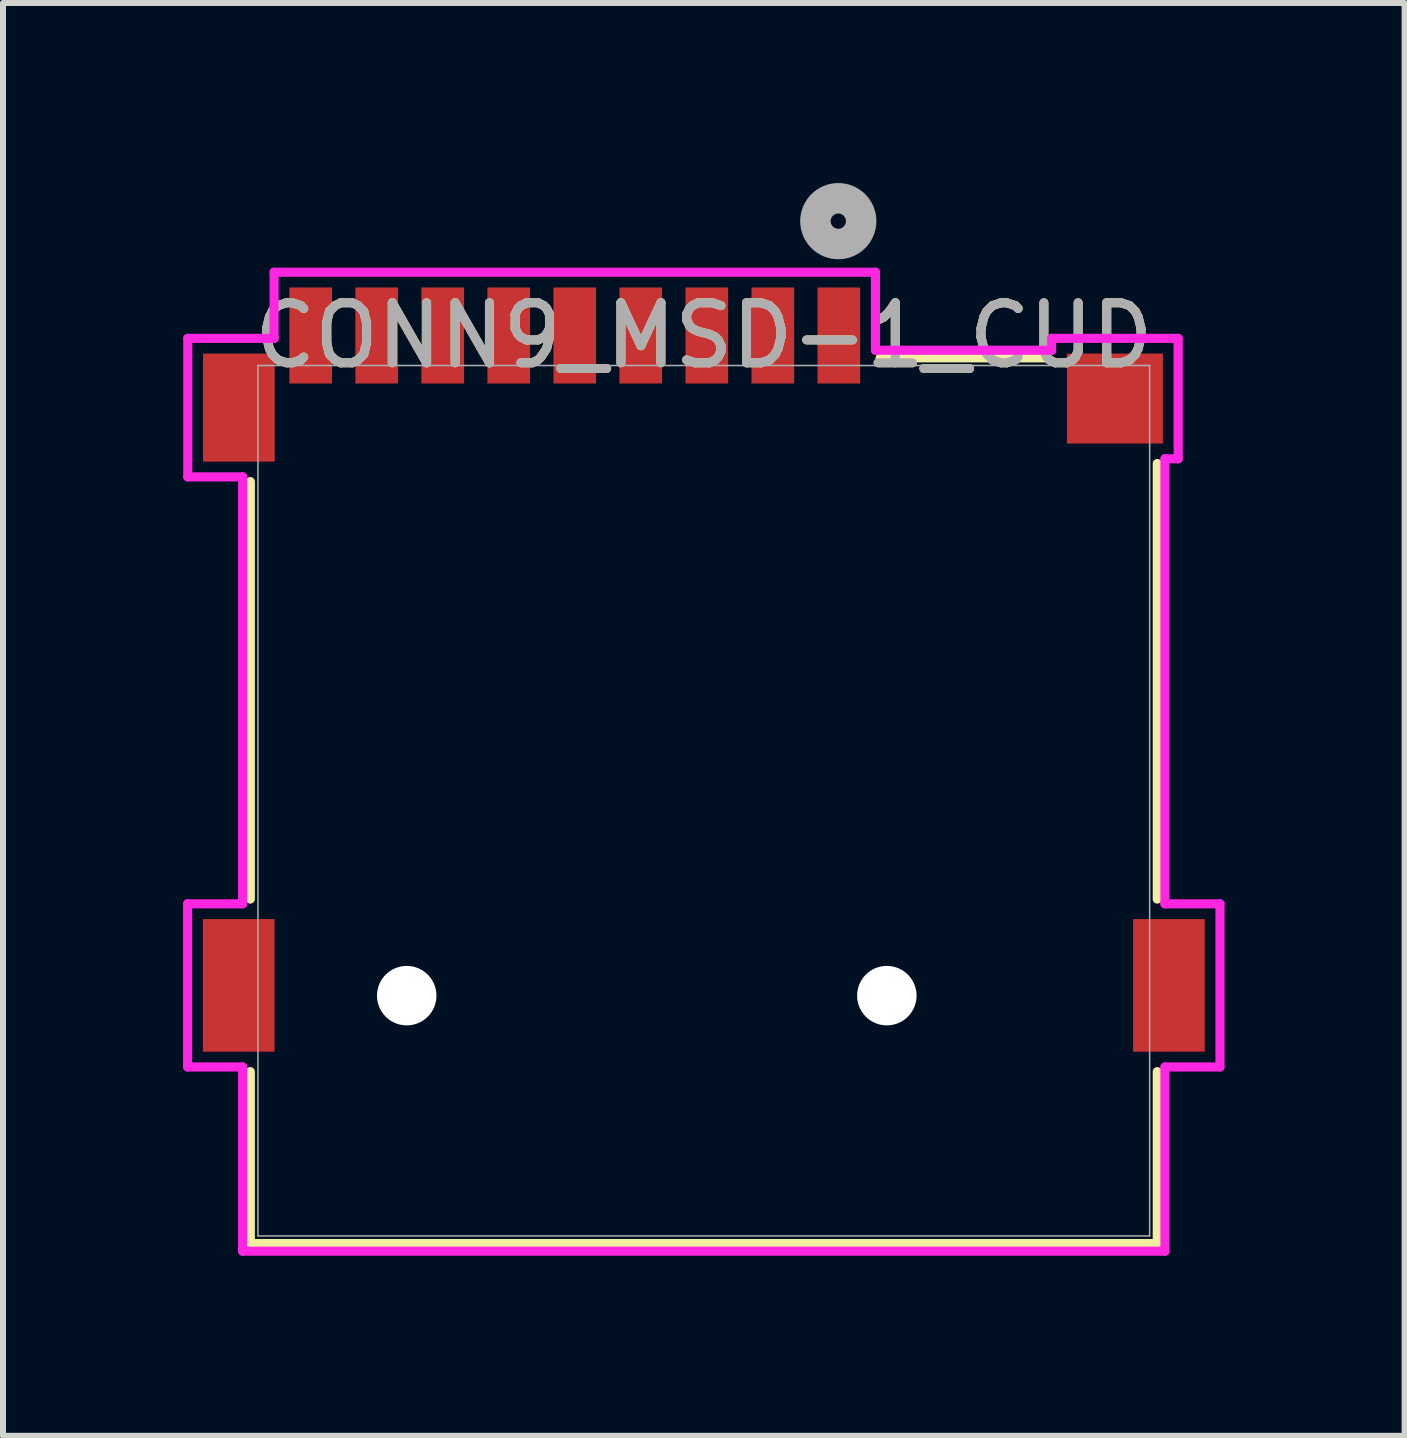
<source format=kicad_pcb>
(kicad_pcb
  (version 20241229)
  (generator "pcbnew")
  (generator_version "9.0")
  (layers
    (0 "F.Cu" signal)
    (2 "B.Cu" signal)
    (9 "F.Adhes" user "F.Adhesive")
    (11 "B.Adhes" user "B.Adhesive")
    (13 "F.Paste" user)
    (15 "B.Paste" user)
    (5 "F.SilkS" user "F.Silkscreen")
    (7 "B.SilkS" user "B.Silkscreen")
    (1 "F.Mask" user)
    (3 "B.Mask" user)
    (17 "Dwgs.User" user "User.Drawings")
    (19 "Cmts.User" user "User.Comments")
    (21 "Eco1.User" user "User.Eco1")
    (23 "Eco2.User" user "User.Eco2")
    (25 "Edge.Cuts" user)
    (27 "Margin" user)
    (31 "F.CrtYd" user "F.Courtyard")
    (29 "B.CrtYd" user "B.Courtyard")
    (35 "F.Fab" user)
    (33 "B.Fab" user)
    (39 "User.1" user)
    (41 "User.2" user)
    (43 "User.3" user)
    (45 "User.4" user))
  (footprint "CONN9_MSD-1_CUD"
    (layer "F.Cu")
    (at 8.677 10.292)
    (property "Reference" "CONN9_MSD-1_CUD" (at 0 -7.752 0) (unlocked yes) (layer "F.SilkS") (effects (font (size 1 1) (thickness 0.15))))
    (attr smd)
    (fp_line (start -7.556 1.639) (end -7.556 -5.318) (stroke (width 0.152) (type solid)) (layer "F.SilkS"))
    (fp_line (start -7.556 7.379) (end -7.556 4.514) (stroke (width 0.152) (type solid)) (layer "F.SilkS"))
    (fp_line (start 2.938 -7.379) (end 5.717 -7.379) (stroke (width 0.152) (type solid)) (layer "F.SilkS"))
    (fp_line (start 7.556 -5.619) (end 7.556 1.639) (stroke (width 0.152) (type solid)) (layer "F.SilkS"))
    (fp_line (start 7.556 4.514) (end 7.556 7.379) (stroke (width 0.152) (type solid)) (layer "F.SilkS"))
    (fp_line (start 7.556 7.379) (end -7.556 7.379) (stroke (width 0.152) (type solid)) (layer "F.SilkS"))
    (fp_line (start -8.601 1.718) (end -8.601 4.436) (stroke (width 0.152) (type solid)) (layer "F.CrtYd"))
    (fp_line (start -8.601 4.436) (end -7.684 4.436) (stroke (width 0.152) (type solid)) (layer "F.CrtYd"))
    (fp_line (start -8.598 -7.704) (end -8.598 -5.396) (stroke (width 0.152) (type solid)) (layer "F.CrtYd"))
    (fp_line (start -8.598 -5.396) (end -7.684 -5.396) (stroke (width 0.152) (type solid)) (layer "F.CrtYd"))
    (fp_line (start -7.684 -5.396) (end -7.684 1.718) (stroke (width 0.152) (type solid)) (layer "F.CrtYd"))
    (fp_line (start -7.684 1.718) (end -8.601 1.718) (stroke (width 0.152) (type solid)) (layer "F.CrtYd"))
    (fp_line (start -7.684 4.436) (end -7.684 7.506) (stroke (width 0.152) (type solid)) (layer "F.CrtYd"))
    (fp_line (start -7.684 7.506) (end 7.684 7.506) (stroke (width 0.152) (type solid)) (layer "F.CrtYd"))
    (fp_line (start -7.16 -8.806) (end -7.16 -7.704) (stroke (width 0.152) (type solid)) (layer "F.CrtYd"))
    (fp_line (start -7.16 -7.704) (end -8.598 -7.704) (stroke (width 0.152) (type solid)) (layer "F.CrtYd"))
    (fp_line (start 2.86 -8.806) (end -7.16 -8.806) (stroke (width 0.152) (type solid)) (layer "F.CrtYd"))
    (fp_line (start 2.86 -7.506) (end 2.86 -8.806) (stroke (width 0.152) (type solid)) (layer "F.CrtYd"))
    (fp_line (start 5.796 -7.704) (end 5.796 -7.506) (stroke (width 0.152) (type solid)) (layer "F.CrtYd"))
    (fp_line (start 5.796 -7.506) (end 2.86 -7.506) (stroke (width 0.152) (type solid)) (layer "F.CrtYd"))
    (fp_line (start 7.684 -5.698) (end 7.904 -5.698) (stroke (width 0.152) (type solid)) (layer "F.CrtYd"))
    (fp_line (start 7.684 1.718) (end 7.684 -5.698) (stroke (width 0.152) (type solid)) (layer "F.CrtYd"))
    (fp_line (start 7.684 4.436) (end 8.601 4.436) (stroke (width 0.152) (type solid)) (layer "F.CrtYd"))
    (fp_line (start 7.684 7.506) (end 7.684 4.436) (stroke (width 0.152) (type solid)) (layer "F.CrtYd"))
    (fp_line (start 7.904 -7.704) (end 5.796 -7.704) (stroke (width 0.152) (type solid)) (layer "F.CrtYd"))
    (fp_line (start 7.904 -5.698) (end 7.904 -7.704) (stroke (width 0.152) (type solid)) (layer "F.CrtYd"))
    (fp_line (start 8.601 1.718) (end 7.684 1.718) (stroke (width 0.152) (type solid)) (layer "F.CrtYd"))
    (fp_line (start 8.601 4.436) (end 8.601 1.718) (stroke (width 0.152) (type solid)) (layer "F.CrtYd"))
    (fp_line (start -7.429 -7.252) (end -7.429 7.252) (stroke (width 0.025) (type solid)) (layer "F.Fab"))
    (fp_line (start -7.429 7.252) (end 7.429 7.252) (stroke (width 0.025) (type solid)) (layer "F.Fab"))
    (fp_line (start 7.429 -7.252) (end -7.429 -7.252) (stroke (width 0.025) (type solid)) (layer "F.Fab"))
    (fp_line (start 7.429 7.252) (end 7.429 -7.252) (stroke (width 0.025) (type solid)) (layer "F.Fab"))
    (fp_circle (center 2.241 -9.657) (end 2.622 -9.657) (stroke (width 0.508) (type solid)) (fill no) (layer "F.Fab"))
    (fp_text user "${REFERENCE}" (at 0 -7.752 0) (unlocked yes) (layer "F.Fab") (effects (font (size 1 1) (thickness 0.15))))
    (pad "" np_thru_hole circle (at -4.95 3.248) (size 0.991 0.991) (drill 0.991) (layers "*.Cu" "*.Mask"))
    (pad "" np_thru_hole circle (at 3.05 3.248) (size 0.991 0.991) (drill 0.991) (layers "*.Cu" "*.Mask"))
    (pad "1" smd rect (at 2.25 -7.752) (size 0.711 1.6) (layers "F.Cu" "F.Mask" "F.Paste"))
    (pad "2" smd rect (at 1.15 -7.752) (size 0.711 1.6) (layers "F.Cu" "F.Mask" "F.Paste"))
    (pad "3" smd rect (at 0.05 -7.752) (size 0.711 1.6) (layers "F.Cu" "F.Mask" "F.Paste"))
    (pad "4" smd rect (at -1.05 -7.752) (size 0.711 1.6) (layers "F.Cu" "F.Mask" "F.Paste"))
    (pad "5" smd rect (at -2.15 -7.752) (size 0.711 1.6) (layers "F.Cu" "F.Mask" "F.Paste"))
    (pad "6" smd rect (at -3.25 -7.752) (size 0.711 1.6) (layers "F.Cu" "F.Mask" "F.Paste"))
    (pad "7" smd rect (at -4.35 -7.752) (size 0.711 1.6) (layers "F.Cu" "F.Mask" "F.Paste"))
    (pad "8" smd rect (at -5.45 -7.752) (size 0.711 1.6) (layers "F.Cu" "F.Mask" "F.Paste"))
    (pad "9" smd rect (at -7.75 3.077) (size 1.194 2.21) (layers "F.Cu" "F.Mask" "F.Paste"))
    (pad "9" smd rect (at -7.747 -6.55) (size 1.194 1.8) (layers "F.Cu" "F.Mask" "F.Paste"))
    (pad "9" smd rect (at 6.85 -6.701) (size 1.6 1.499) (layers "F.Cu" "F.Mask" "F.Paste"))
    (pad "9" smd rect (at 7.75 3.077) (size 1.194 2.21) (layers "F.Cu" "F.Mask" "F.Paste"))
    (pad "CD" smd rect (at -6.55 -7.752) (size 0.711 1.6) (layers "F.Cu" "F.Mask" "F.Paste")))
  (gr_rect
    (start -3 -3)
    (end 20.354 20.874)
    (stroke (width 0.1) (type default))
    (fill no)
    (layer "Edge.Cuts")))
</source>
